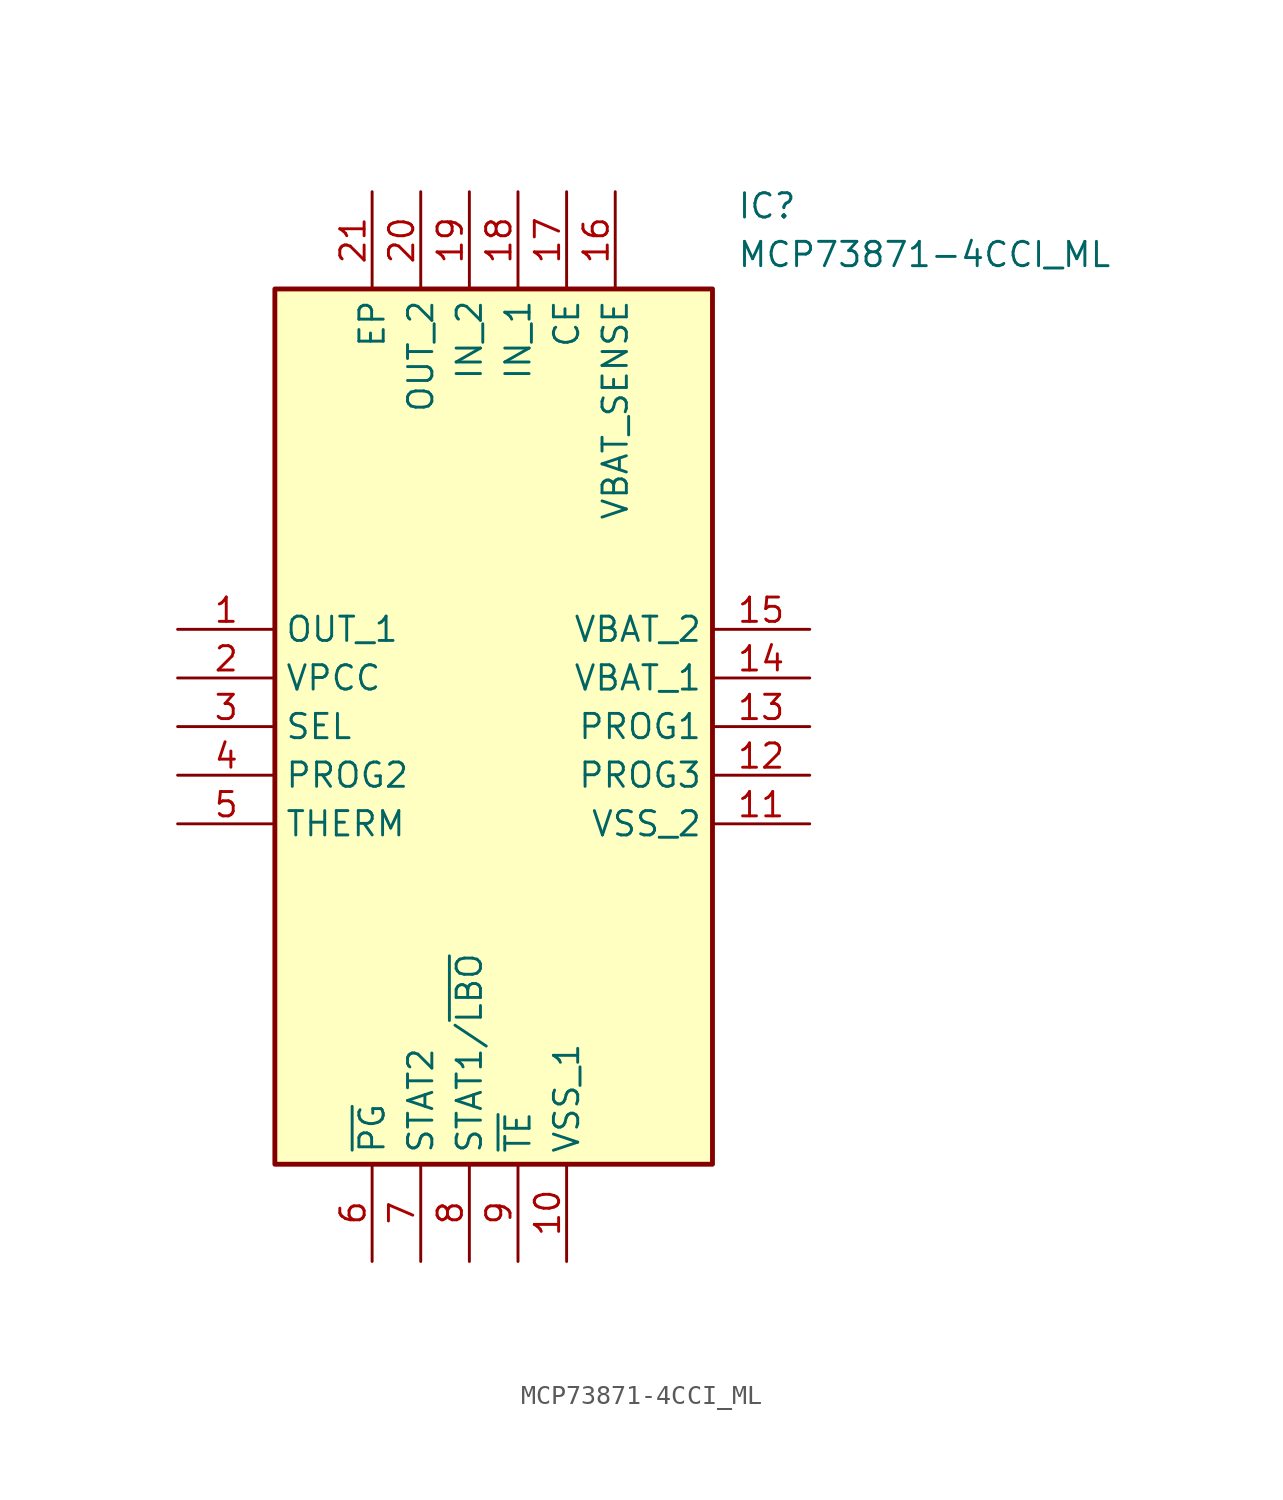
<source format=kicad_sym>
(kicad_symbol_lib
  (version 20211014)
  (generator SamacSys_ECAD_Model)
  (symbol "MCP73871-4CCI_ML"
    (property "Reference" "IC"
      (at 29.21 22.86 0)
      (effects (font (size 1.27 1.27)) (justify left top)))
    (property "Value" "MCP73871-4CCI_ML"
      (at 29.21 20.32 0)
      (effects (font (size 1.27 1.27)) (justify left top)))
    (rectangle
      (start 5.08 17.78)
      (end 27.94 -27.94)
      (stroke (width 0.254) (type default))
      (fill (type background)))
    (pin passive line
      (at 0 0 0)
      (length 5.08)
      (name "OUT_1" (effects (font (size 1.27 1.27))))
      (number "1" (effects (font (size 1.27 1.27)))))
    (pin passive line
      (at 0 -2.54 0)
      (length 5.08)
      (name "VPCC" (effects (font (size 1.27 1.27))))
      (number "2" (effects (font (size 1.27 1.27)))))
    (pin passive line
      (at 0 -5.08 0)
      (length 5.08)
      (name "SEL" (effects (font (size 1.27 1.27))))
      (number "3" (effects (font (size 1.27 1.27)))))
    (pin passive line
      (at 0 -7.62 0)
      (length 5.08)
      (name "PROG2" (effects (font (size 1.27 1.27))))
      (number "4" (effects (font (size 1.27 1.27)))))
    (pin passive line
      (at 0 -10.16 0)
      (length 5.08)
      (name "THERM" (effects (font (size 1.27 1.27))))
      (number "5" (effects (font (size 1.27 1.27)))))
    (pin passive line
      (at 10.16 -33.02 90)
      (length 5.08)
      (name "~{PG}" (effects (font (size 1.27 1.27))))
      (number "6" (effects (font (size 1.27 1.27)))))
    (pin passive line
      (at 12.7 -33.02 90)
      (length 5.08)
      (name "STAT2" (effects (font (size 1.27 1.27))))
      (number "7" (effects (font (size 1.27 1.27)))))
    (pin passive line
      (at 15.24 -33.02 90)
      (length 5.08)
      (name "STAT1/~{LBO}" (effects (font (size 1.27 1.27))))
      (number "8" (effects (font (size 1.27 1.27)))))
    (pin passive line
      (at 17.78 -33.02 90)
      (length 5.08)
      (name "~{TE}" (effects (font (size 1.27 1.27))))
      (number "9" (effects (font (size 1.27 1.27)))))
    (pin passive line
      (at 20.32 -33.02 90)
      (length 5.08)
      (name "VSS_1" (effects (font (size 1.27 1.27))))
      (number "10" (effects (font (size 1.27 1.27)))))
    (pin passive line
      (at 33.02 0 180)
      (length 5.08)
      (name "VBAT_2" (effects (font (size 1.27 1.27))))
      (number "15" (effects (font (size 1.27 1.27)))))
    (pin passive line
      (at 33.02 -2.54 180)
      (length 5.08)
      (name "VBAT_1" (effects (font (size 1.27 1.27))))
      (number "14" (effects (font (size 1.27 1.27)))))
    (pin passive line
      (at 33.02 -5.08 180)
      (length 5.08)
      (name "PROG1" (effects (font (size 1.27 1.27))))
      (number "13" (effects (font (size 1.27 1.27)))))
    (pin passive line
      (at 33.02 -7.62 180)
      (length 5.08)
      (name "PROG3" (effects (font (size 1.27 1.27))))
      (number "12" (effects (font (size 1.27 1.27)))))
    (pin passive line
      (at 33.02 -10.16 180)
      (length 5.08)
      (name "VSS_2" (effects (font (size 1.27 1.27))))
      (number "11" (effects (font (size 1.27 1.27)))))
    (pin passive line
      (at 10.16 22.86 270)
      (length 5.08)
      (name "EP" (effects (font (size 1.27 1.27))))
      (number "21" (effects (font (size 1.27 1.27)))))
    (pin passive line
      (at 12.7 22.86 270)
      (length 5.08)
      (name "OUT_2" (effects (font (size 1.27 1.27))))
      (number "20" (effects (font (size 1.27 1.27)))))
    (pin passive line
      (at 15.24 22.86 270)
      (length 5.08)
      (name "IN_2" (effects (font (size 1.27 1.27))))
      (number "19" (effects (font (size 1.27 1.27)))))
    (pin passive line
      (at 17.78 22.86 270)
      (length 5.08)
      (name "IN_1" (effects (font (size 1.27 1.27))))
      (number "18" (effects (font (size 1.27 1.27)))))
    (pin passive line
      (at 20.32 22.86 270)
      (length 5.08)
      (name "CE" (effects (font (size 1.27 1.27))))
      (number "17" (effects (font (size 1.27 1.27)))))
    (pin passive line
      (at 22.86 22.86 270)
      (length 5.08)
      (name "VBAT_SENSE" (effects (font (size 1.27 1.27))))
      (number "16" (effects (font (size 1.27 1.27)))))))
</source>
